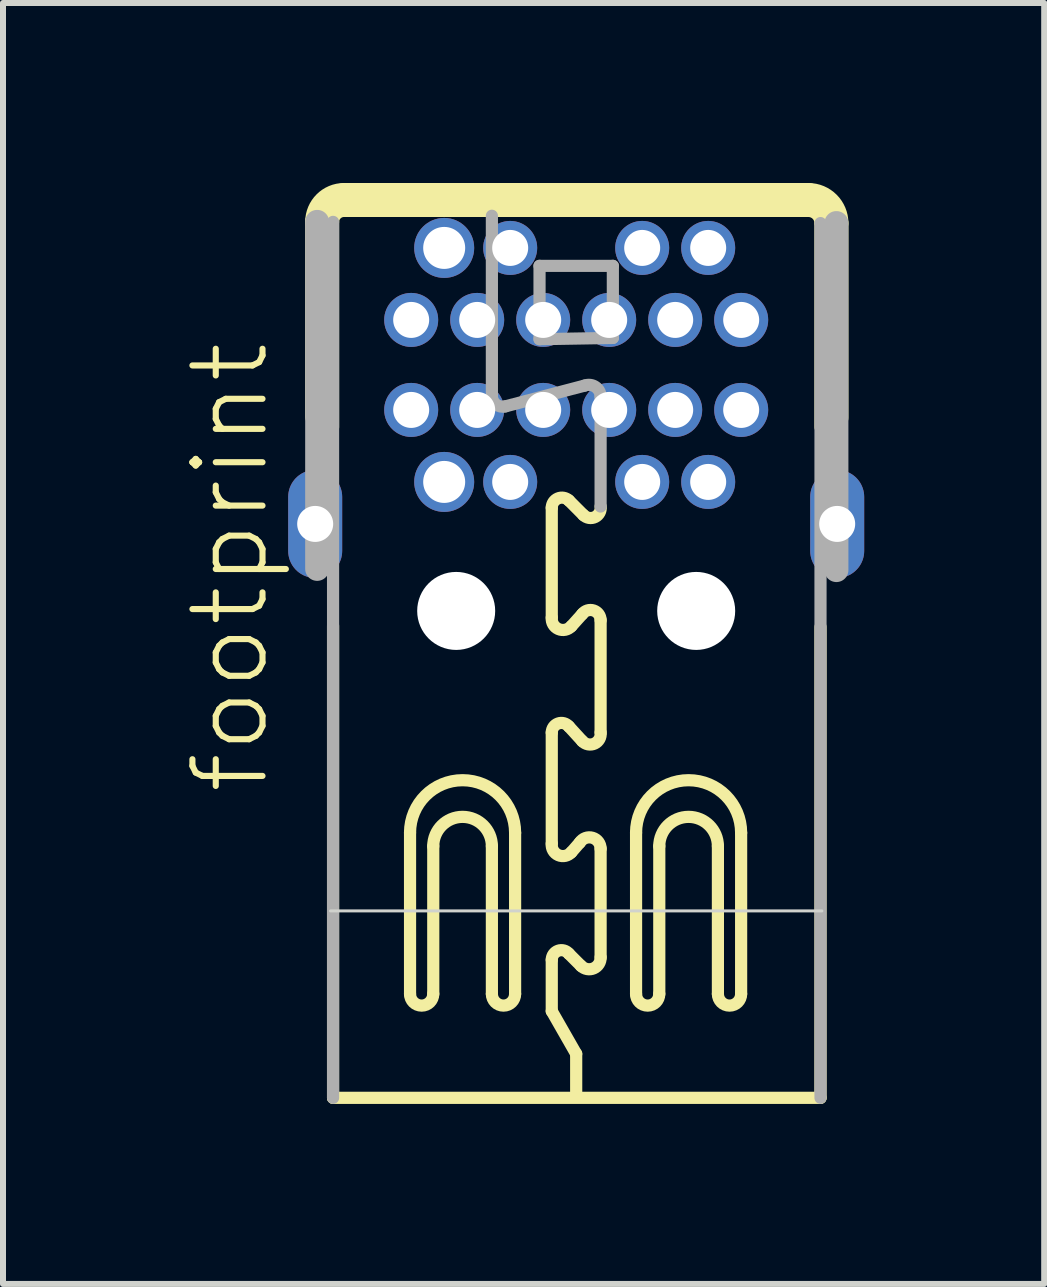
<source format=kicad_pcb>
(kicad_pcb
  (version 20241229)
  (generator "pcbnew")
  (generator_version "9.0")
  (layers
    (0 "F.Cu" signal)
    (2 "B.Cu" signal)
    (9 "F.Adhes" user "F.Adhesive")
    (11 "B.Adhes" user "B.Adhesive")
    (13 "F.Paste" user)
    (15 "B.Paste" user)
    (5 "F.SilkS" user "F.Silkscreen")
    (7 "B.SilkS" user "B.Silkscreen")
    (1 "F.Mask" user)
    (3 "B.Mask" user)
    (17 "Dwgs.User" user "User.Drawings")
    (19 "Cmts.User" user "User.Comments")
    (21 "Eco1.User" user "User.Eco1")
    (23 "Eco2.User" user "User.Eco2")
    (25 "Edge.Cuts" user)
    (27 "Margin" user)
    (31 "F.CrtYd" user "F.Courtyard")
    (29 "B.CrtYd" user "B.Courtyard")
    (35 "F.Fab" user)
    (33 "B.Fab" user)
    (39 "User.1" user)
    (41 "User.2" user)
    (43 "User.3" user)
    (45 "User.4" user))
  (footprint "footprint"
    (layer "F.Cu")
    (at 6.553 12.132)
    (property "Reference" "footprint" (at -5.08 -1.905 90) (layer "F.SilkS") (effects (font (size 1.168 1.168) (thickness 0.102)) (justify left bottom)))
    (fp_line (start -4.317 -8.241) (end -4.317 -11.484) (stroke (width 0.4) (type solid)) (layer "F.SilkS"))
    (fp_line (start -4.052 -8.061) (end -4.052 -11.484) (stroke (width 0.203) (type solid)) (layer "F.SilkS"))
    (fp_line (start -4.052 3.115) (end -4.052 -4.753) (stroke (width 0.203) (type solid)) (layer "F.SilkS"))
    (fp_line (start -4.052 3.115) (end 4.072 3.115) (stroke (width 0.203) (type solid)) (layer "F.SilkS"))
    (fp_line (start -3.869 -11.932) (end 3.869 -11.932) (stroke (width 0.4) (type solid)) (layer "F.SilkS"))
    (fp_line (start -2.769 1.385) (end -2.769 -1.303) (stroke (width 0.203) (type solid)) (layer "F.SilkS"))
    (fp_line (start -2.382 -1.079) (end -2.382 1.385) (stroke (width 0.203) (type solid)) (layer "F.SilkS"))
    (fp_line (start -1.405 1.385) (end -1.405 -1.079) (stroke (width 0.203) (type solid)) (layer "F.SilkS"))
    (fp_line (start -1.018 -1.303) (end -1.018 1.385) (stroke (width 0.203) (type solid)) (layer "F.SilkS"))
    (fp_line (start -0.407 -4.887) (end -0.407 -6.72) (stroke (width 0.203) (type solid)) (layer "F.SilkS"))
    (fp_line (start -0.407 -1.12) (end -0.407 -2.973) (stroke (width 0.203) (type solid)) (layer "F.SilkS"))
    (fp_line (start -0.407 1.67) (end -0.407 0.815) (stroke (width 0.203) (type solid)) (layer "F.SilkS"))
    (fp_line (start -0.122 -6.842) (end 0.122 -6.597) (stroke (width 0.203) (type solid)) (layer "F.SilkS"))
    (fp_line (start -0.122 -3.075) (end 0.102 -2.83) (stroke (width 0.203) (type solid)) (layer "F.SilkS"))
    (fp_line (start -0.122 0.713) (end 0.081 0.916) (stroke (width 0.203) (type solid)) (layer "F.SilkS"))
    (fp_line (start 0 2.382) (end -0.407 1.67) (stroke (width 0.203) (type solid)) (layer "F.SilkS"))
    (fp_line (start 0 3.014) (end 0 2.382) (stroke (width 0.203) (type solid)) (layer "F.SilkS"))
    (fp_line (start 0.061 -1.14) (end -0.081 -0.977) (stroke (width 0.203) (type solid)) (layer "F.SilkS"))
    (fp_line (start 0.102 -4.948) (end -0.081 -4.744) (stroke (width 0.203) (type solid)) (layer "F.SilkS"))
    (fp_line (start 0.407 -2.973) (end 0.407 -4.846) (stroke (width 0.203) (type solid)) (layer "F.SilkS"))
    (fp_line (start 0.407 0.774) (end 0.407 -1.038) (stroke (width 0.203) (type solid)) (layer "F.SilkS"))
    (fp_line (start 0.998 1.385) (end 0.998 -1.303) (stroke (width 0.203) (type solid)) (layer "F.SilkS"))
    (fp_line (start 1.385 -1.079) (end 1.385 1.385) (stroke (width 0.203) (type solid)) (layer "F.SilkS"))
    (fp_line (start 2.362 1.385) (end 2.362 -1.079) (stroke (width 0.203) (type solid)) (layer "F.SilkS"))
    (fp_line (start 2.749 -1.303) (end 2.749 1.385) (stroke (width 0.203) (type solid)) (layer "F.SilkS"))
    (fp_line (start 3.869 -11.667) (end -3.869 -11.667) (stroke (width 0.203) (type solid)) (layer "F.SilkS"))
    (fp_line (start 4.072 -8.061) (end 4.072 -11.464) (stroke (width 0.203) (type solid)) (layer "F.SilkS"))
    (fp_line (start 4.072 3.115) (end 4.072 -4.733) (stroke (width 0.203) (type solid)) (layer "F.SilkS"))
    (fp_line (start 4.337 -11.464) (end 4.337 -8.221) (stroke (width 0.4) (type solid)) (layer "F.SilkS"))
    (fp_arc (start -4.3167 -11.4842) (mid -4.185513 -11.800913) (end -3.8688 -11.9321) (stroke (width 0.4) (type solid)) (layer "F.SilkS"))
    (fp_arc (start -4.052 -11.4842) (mid -3.998342 -11.613742) (end -3.8688 -11.6674) (stroke (width 0.2032) (type solid)) (layer "F.SilkS"))
    (fp_arc (start -2.7692 -1.3032) (mid -1.89365 -2.17875) (end -1.0181 -1.3032) (stroke (width 0.2032) (type solid)) (layer "F.SilkS"))
    (fp_arc (start -2.3824 -1.0792) (mid -1.8937 -1.5679) (end -1.405 -1.0792) (stroke (width 0.2032) (type solid)) (layer "F.SilkS"))
    (fp_arc (start -2.3824 1.3846) (mid -2.5758 1.578) (end -2.7692 1.3846) (stroke (width 0.2032) (type solid)) (layer "F.SilkS"))
    (fp_arc (start -1.0181 1.3846) (mid -1.21155 1.57805) (end -1.405 1.3846) (stroke (width 0.2032) (type solid)) (layer "F.SilkS"))
    (fp_arc (start -0.4072 -6.7195) (mid -0.304961 -6.874528) (end -0.122198 -6.841601) (stroke (width 0.2032) (type solid)) (layer "F.SilkS"))
    (fp_arc (start -0.4072 -2.9729) (mid -0.300568 -3.124219) (end -0.122198 -3.074701) (stroke (width 0.2032) (type solid)) (layer "F.SilkS"))
    (fp_arc (start -0.4072 0.8145) (mid -0.300569 0.663181) (end -0.122199 0.712698) (stroke (width 0.2032) (type solid)) (layer "F.SilkS"))
    (fp_arc (start -0.0814 -4.7443) (mid -0.295779 -4.697983) (end -0.407198 -4.886899) (stroke (width 0.2032) (type solid)) (layer "F.SilkS"))
    (fp_arc (start -0.0814 -0.9774) (mid -0.296515 -0.929269) (end -0.407199 -1.1199) (stroke (width 0.2032) (type solid)) (layer "F.SilkS"))
    (fp_arc (start 0.061099 -1.1403) (mid 0.272234 -1.218881) (end 0.4072 -1.0385) (stroke (width 0.2032) (type solid)) (layer "F.SilkS"))
    (fp_arc (start 0.101799 -4.947998) (mid 0.291185 -5.007159) (end 0.4072 -4.8462) (stroke (width 0.2032) (type solid)) (layer "F.SilkS"))
    (fp_arc (start 0.407198 -2.972899) (mid 0.306793 -2.789604) (end 0.1018 -2.8303) (stroke (width 0.2032) (type solid)) (layer "F.SilkS"))
    (fp_arc (start 0.407199 -6.739798) (mid 0.31607 -6.565807) (end 0.1222 -6.5973) (stroke (width 0.2032) (type solid)) (layer "F.SilkS"))
    (fp_arc (start 0.407199 0.773798) (mid 0.292929 0.956228) (end 0.0814 0.9163) (stroke (width 0.2032) (type solid)) (layer "F.SilkS"))
    (fp_arc (start 0.9978 -1.3032) (mid 1.87335 -2.17875) (end 2.7489 -1.3032) (stroke (width 0.2032) (type solid)) (layer "F.SilkS"))
    (fp_arc (start 1.3846 -1.0792) (mid 1.8733 -1.5679) (end 2.362 -1.0792) (stroke (width 0.2032) (type solid)) (layer "F.SilkS"))
    (fp_arc (start 1.3846 1.3846) (mid 1.1912 1.578) (end 0.9978 1.3846) (stroke (width 0.2032) (type solid)) (layer "F.SilkS"))
    (fp_arc (start 2.7489 1.3846) (mid 2.55545 1.57805) (end 2.362 1.3846) (stroke (width 0.2032) (type solid)) (layer "F.SilkS"))
    (fp_arc (start 3.8688 -11.9321) (mid 4.199938 -11.794938) (end 4.3371 -11.4638) (stroke (width 0.4) (type solid)) (layer "F.SilkS"))
    (fp_arc (start 3.8688 -11.6674) (mid 4.012767 -11.607767) (end 4.0724 -11.4638) (stroke (width 0.2032) (type solid)) (layer "F.SilkS"))
    (fp_line (start -4.095 0) (end 4.095 0) (stroke (width 0.05) (type solid)) (layer "Edge.Cuts"))
    (fp_line (start -4.317 -5.701) (end -4.317 -11.484) (stroke (width 0.4) (type solid)) (layer "F.Fab"))
    (fp_line (start -4.052 3.115) (end -4.052 -11.484) (stroke (width 0.203) (type solid)) (layer "F.Fab"))
    (fp_line (start -1.405 -8.593) (end -1.405 -11.586) (stroke (width 0.203) (type solid)) (layer "F.Fab"))
    (fp_line (start -0.611 -10.751) (end 0.611 -10.751) (stroke (width 0.203) (type solid)) (layer "F.Fab"))
    (fp_line (start -0.611 -9.529) (end -0.611 -10.751) (stroke (width 0.203) (type solid)) (layer "F.Fab"))
    (fp_line (start 0.142 -8.756) (end -1.181 -8.409) (stroke (width 0.203) (type solid)) (layer "F.Fab"))
    (fp_line (start 0.407 -6.74) (end 0.407 -8.572) (stroke (width 0.203) (type solid)) (layer "F.Fab"))
    (fp_line (start 0.611 -10.751) (end 0.611 -9.55) (stroke (width 0.203) (type solid)) (layer "F.Fab"))
    (fp_line (start 0.611 -9.55) (end -0.611 -9.529) (stroke (width 0.203) (type solid)) (layer "F.Fab"))
    (fp_line (start 4.072 3.115) (end 4.072 -11.464) (stroke (width 0.203) (type solid)) (layer "F.Fab"))
    (fp_line (start 4.337 -11.464) (end 4.337 -5.681) (stroke (width 0.4) (type solid)) (layer "F.Fab"))
    (fp_arc (start -1.181 -8.4095) (mid -1.339638 -8.444156) (end -1.405 -8.5928) (stroke (width 0.2032) (type solid)) (layer "F.Fab"))
    (fp_arc (start 0.142499 -8.755699) (mid 0.322863 -8.733385) (end 0.4072 -8.5724) (stroke (width 0.2032) (type solid)) (layer "F.Fab"))
    (pad "" np_thru_hole circle (at -2 -5) (size 1.3 1.3) (drill 1.3) (layers "*.Cu" "*.Mask"))
    (pad "" np_thru_hole circle (at 2 -5) (size 1.3 1.3) (drill 1.3) (layers "*.Cu" "*.Mask"))
    (pad "1" thru_hole circle (at 2.2 -11.05) (size 0.9 0.9) (drill 0.6) (layers "*.Cu" "*.Mask"))
    (pad "2" thru_hole circle (at 2.2 -7.15) (size 0.9 0.9) (drill 0.6) (layers "*.Cu" "*.Mask"))
    (pad "3" thru_hole circle (at 2.75 -9.85) (size 0.9 0.9) (drill 0.6) (layers "*.Cu" "*.Mask"))
    (pad "4" thru_hole circle (at 2.75 -8.35) (size 0.9 0.9) (drill 0.6) (layers "*.Cu" "*.Mask"))
    (pad "5" thru_hole circle (at 1.65 -9.85) (size 0.9 0.9) (drill 0.6) (layers "*.Cu" "*.Mask"))
    (pad "6" thru_hole circle (at 1.65 -8.35) (size 0.9 0.9) (drill 0.6) (layers "*.Cu" "*.Mask"))
    (pad "7" thru_hole circle (at 1.1 -11.05) (size 0.9 0.9) (drill 0.6) (layers "*.Cu" "*.Mask"))
    (pad "8" thru_hole circle (at 1.1 -7.15) (size 0.9 0.9) (drill 0.6) (layers "*.Cu" "*.Mask"))
    (pad "9" thru_hole circle (at 0.55 -9.85) (size 0.9 0.9) (drill 0.6) (layers "*.Cu" "*.Mask"))
    (pad "10" thru_hole circle (at 0.55 -8.35) (size 0.9 0.9) (drill 0.6) (layers "*.Cu" "*.Mask"))
    (pad "11" thru_hole circle (at -0.55 -9.85) (size 0.9 0.9) (drill 0.6) (layers "*.Cu" "*.Mask"))
    (pad "12" thru_hole circle (at -0.55 -8.35) (size 0.9 0.9) (drill 0.6) (layers "*.Cu" "*.Mask"))
    (pad "13" thru_hole circle (at -1.1 -11.05) (size 0.9 0.9) (drill 0.6) (layers "*.Cu" "*.Mask"))
    (pad "14" thru_hole circle (at -1.1 -7.15) (size 0.9 0.9) (drill 0.6) (layers "*.Cu" "*.Mask"))
    (pad "15" thru_hole circle (at -1.65 -9.85) (size 0.9 0.9) (drill 0.6) (layers "*.Cu" "*.Mask"))
    (pad "16" thru_hole circle (at -1.65 -8.35) (size 0.9 0.9) (drill 0.6) (layers "*.Cu" "*.Mask"))
    (pad "17" thru_hole circle (at -2.75 -9.85) (size 0.9 0.9) (drill 0.6) (layers "*.Cu" "*.Mask"))
    (pad "18" thru_hole circle (at -2.75 -8.35) (size 0.9 0.9) (drill 0.6) (layers "*.Cu" "*.Mask"))
    (pad "19" thru_hole circle (at -2.2 -11.05) (size 1 1) (drill 0.7) (layers "*.Cu" "*.Mask"))
    (pad "20" thru_hole circle (at -2.2 -7.15) (size 1 1) (drill 0.7) (layers "*.Cu" "*.Mask"))
    (pad "M@1" thru_hole oval (at -4.35 -6.45 90) (size 1.8 0.9) (drill 0.6) (layers "*.Cu" "*.Mask"))
    (pad "M@2" thru_hole oval (at 4.35 -6.45 90) (size 1.8 0.9) (drill 0.6) (layers "*.Cu" "*.Mask")))
  (gr_rect
    (start -3 -3)
    (end 14.353 18.349)
    (stroke (width 0.1) (type default))
    (fill no)
    (layer "Edge.Cuts")))
</source>
